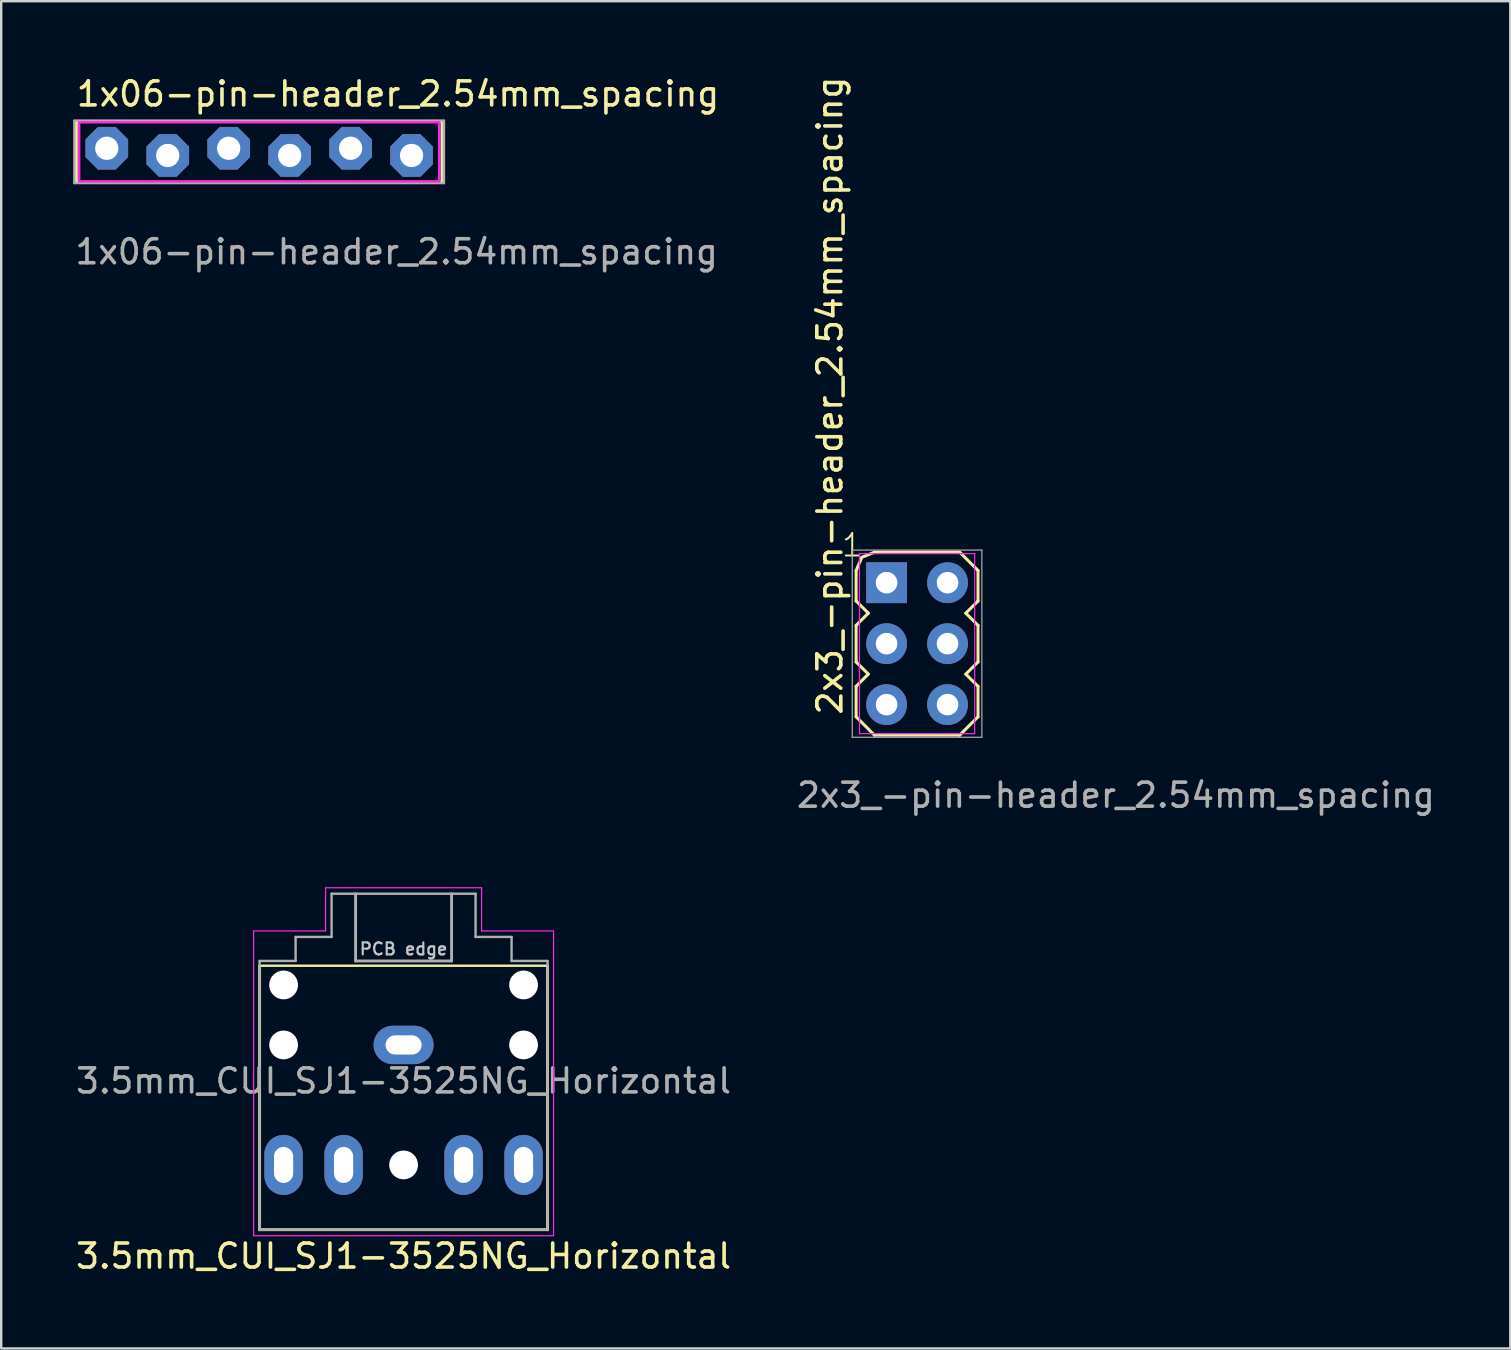
<source format=kicad_pcb>
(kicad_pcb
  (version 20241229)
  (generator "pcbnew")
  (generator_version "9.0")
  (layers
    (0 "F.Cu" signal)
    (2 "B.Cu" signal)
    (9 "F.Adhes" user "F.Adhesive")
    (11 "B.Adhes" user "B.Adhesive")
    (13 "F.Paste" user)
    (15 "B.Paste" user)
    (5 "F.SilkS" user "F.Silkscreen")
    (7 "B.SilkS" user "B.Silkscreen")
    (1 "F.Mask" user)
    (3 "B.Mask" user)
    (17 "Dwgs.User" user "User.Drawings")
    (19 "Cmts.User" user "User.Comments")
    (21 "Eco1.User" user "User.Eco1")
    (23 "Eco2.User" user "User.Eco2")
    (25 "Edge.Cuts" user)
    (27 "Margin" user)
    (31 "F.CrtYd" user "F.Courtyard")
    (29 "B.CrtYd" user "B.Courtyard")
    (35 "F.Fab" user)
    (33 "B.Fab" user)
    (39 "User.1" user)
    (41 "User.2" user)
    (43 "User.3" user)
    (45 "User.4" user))
  (footprint "1x06-pin-header_2.54mm_spacing"
    (layer "F.Cu")
    (at 7.75 3.279)
    (property "Reference" "1x06-pin-header_2.54mm_spacing" (at -7.696 -1.829 0) (unlocked yes) (layer "F.SilkS") (effects (font (size 1 1) (thickness 0.15)) (justify left bottom)))
    (fp_line (start -7.62 -1.27) (end 7.62 -1.27) (stroke (width 0.127) (type solid)) (layer "F.SilkS"))
    (fp_line (start -7.62 1.27) (end -7.62 -1.27) (stroke (width 0.127) (type solid)) (layer "F.SilkS"))
    (fp_line (start 7.62 -1.27) (end 7.62 1.27) (stroke (width 0.127) (type solid)) (layer "F.SilkS"))
    (fp_line (start 7.62 1.27) (end -7.62 1.27) (stroke (width 0.127) (type solid)) (layer "F.SilkS"))
    (fp_line (start -7.5 -1.23) (end 7.5 -1.23) (stroke (width 0.1) (type default)) (layer "F.CrtYd"))
    (fp_line (start -7.5 1.23) (end -7.5 -1.23) (stroke (width 0.1) (type solid)) (layer "F.CrtYd"))
    (fp_line (start -7.5 1.23) (end 7.5 1.23) (stroke (width 0.1) (type default)) (layer "F.CrtYd"))
    (fp_line (start 7.5 1.23) (end 7.5 -1.23) (stroke (width 0.1) (type solid)) (layer "F.CrtYd"))
    (fp_line (start -7.7 -1.3) (end -7.7 1.3) (stroke (width 0.1) (type default)) (layer "F.Fab"))
    (fp_line (start -7.7 -1.3) (end 7.7 -1.3) (stroke (width 0.1) (type default)) (layer "F.Fab"))
    (fp_line (start 7.7 -1.3) (end 7.7 1.3) (stroke (width 0.1) (type default)) (layer "F.Fab"))
    (fp_line (start 7.7 1.3) (end -7.7 1.3) (stroke (width 0.1) (type default)) (layer "F.Fab"))
    (fp_text user "${REFERENCE}" (at -7.75 4.75 0) (unlocked yes) (layer "F.Fab") (effects (font (size 1 1) (thickness 0.15)) (justify left bottom)))
    (pad "1" thru_hole roundrect (at -6.35 -0.15 90) (size 1.778 1.778) (drill 0.97) (layers "*.Cu" "*.Mask") (roundrect_rratio 0.25) (chamfer_ratio 0.293) (chamfer top_left top_right bottom_left bottom_right))
    (pad "2" thru_hole roundrect (at -3.81 0.15 90) (size 1.778 1.778) (drill 0.97) (layers "*.Cu" "*.Mask") (roundrect_rratio 0.25) (chamfer_ratio 0.293) (chamfer top_left top_right bottom_left bottom_right))
    (pad "3" thru_hole roundrect (at -1.27 -0.15 90) (size 1.778 1.778) (drill 0.97) (layers "*.Cu" "*.Mask") (roundrect_rratio 0.25) (chamfer_ratio 0.293) (chamfer top_left top_right bottom_left bottom_right))
    (pad "4" thru_hole roundrect (at 1.27 0.15 90) (size 1.778 1.778) (drill 0.97) (layers "*.Cu" "*.Mask") (roundrect_rratio 0.25) (chamfer_ratio 0.293) (chamfer top_left top_right bottom_left bottom_right))
    (pad "5" thru_hole roundrect (at 3.81 -0.15 90) (size 1.778 1.778) (drill 0.97) (layers "*.Cu" "*.Mask") (roundrect_rratio 0.25) (chamfer_ratio 0.293) (chamfer top_left top_right bottom_left bottom_right))
    (pad "6" thru_hole roundrect (at 6.35 0.15 90) (size 1.778 1.778) (drill 0.97) (layers "*.Cu" "*.Mask") (roundrect_rratio 0.25) (chamfer_ratio 0.293) (chamfer top_left top_right bottom_left bottom_right)))
  (footprint "3.5mm_CUI_SJ1-3525NG_Horizontal"
    (layer "F.Cu")
    (at 13.768 41.695)
    (property "Reference" "3.5mm_CUI_SJ1-3525NG_Horizontal" (at 0 7.6 180) (layer "F.SilkS") (effects (font (size 1 1) (thickness 0.15))))
    (attr through_hole exclude_from_pos_files exclude_from_bom)
    (fp_line (start -6 6.5) (end -6 -4.5) (stroke (width 0.12) (type solid)) (layer "F.SilkS"))
    (fp_line (start 6 -4.5) (end -6 -4.5) (stroke (width 0.1) (type default)) (layer "F.SilkS"))
    (fp_line (start 6 -4.5) (end 6 6.5) (stroke (width 0.12) (type solid)) (layer "F.SilkS"))
    (fp_line (start 6 6.5) (end -6 6.5) (stroke (width 0.12) (type solid)) (layer "F.SilkS"))
    (fp_line (start -6.25 -5.95) (end -6.25 -5.7) (stroke (width 0.05) (type solid)) (layer "F.CrtYd"))
    (fp_line (start -6.25 -5.7) (end -6.25 6.75) (stroke (width 0.05) (type solid)) (layer "F.CrtYd"))
    (fp_line (start -6.25 6.75) (end 6.25 6.75) (stroke (width 0.05) (type solid)) (layer "F.CrtYd"))
    (fp_line (start -3.25 -7.75) (end -3.25 -5.95) (stroke (width 0.05) (type solid)) (layer "F.CrtYd"))
    (fp_line (start -3.25 -5.95) (end -6.25 -5.95) (stroke (width 0.05) (type solid)) (layer "F.CrtYd"))
    (fp_line (start 3.25 -7.75) (end -3.25 -7.75) (stroke (width 0.05) (type solid)) (layer "F.CrtYd"))
    (fp_line (start 3.25 -5.95) (end 3.25 -7.75) (stroke (width 0.05) (type solid)) (layer "F.CrtYd"))
    (fp_line (start 6.25 -5.95) (end 3.25 -5.95) (stroke (width 0.05) (type solid)) (layer "F.CrtYd"))
    (fp_line (start 6.25 6.75) (end 6.25 -5.95) (stroke (width 0.05) (type solid)) (layer "F.CrtYd"))
    (fp_line (start -6 -4.7) (end -6 6.5) (stroke (width 0.1) (type solid)) (layer "F.Fab"))
    (fp_line (start -4.5 -5.7) (end -4.5 -4.7) (stroke (width 0.1) (type solid)) (layer "F.Fab"))
    (fp_line (start -4.5 -5.7) (end -3 -5.7) (stroke (width 0.1) (type solid)) (layer "F.Fab"))
    (fp_line (start -4.5 -4.7) (end -6 -4.7) (stroke (width 0.1) (type solid)) (layer "F.Fab"))
    (fp_line (start -3 -5.7) (end -3 -7.5) (stroke (width 0.1) (type solid)) (layer "F.Fab"))
    (fp_line (start -2 -7.5) (end -2 -4.7) (stroke (width 0.12) (type solid)) (layer "F.Fab"))
    (fp_line (start -2 -4.7) (end 2 -4.7) (stroke (width 0.12) (type solid)) (layer "F.Fab"))
    (fp_line (start 2 -4.7) (end 2 -7.5) (stroke (width 0.12) (type solid)) (layer "F.Fab"))
    (fp_line (start 3 -7.5) (end -3 -7.5) (stroke (width 0.1) (type solid)) (layer "F.Fab"))
    (fp_line (start 3 -5.7) (end 3 -7.5) (stroke (width 0.1) (type solid)) (layer "F.Fab"))
    (fp_line (start 4.5 -5.7) (end 3 -5.7) (stroke (width 0.1) (type solid)) (layer "F.Fab"))
    (fp_line (start 4.5 -5.7) (end 4.5 -4.7) (stroke (width 0.1) (type solid)) (layer "F.Fab"))
    (fp_line (start 4.5 -4.7) (end 6 -4.7) (stroke (width 0.1) (type solid)) (layer "F.Fab"))
    (fp_line (start 6 -4.7) (end 6 6.5) (stroke (width 0.1) (type solid)) (layer "F.Fab"))
    (fp_line (start 6 6.5) (end -6 6.5) (stroke (width 0.1) (type solid)) (layer "F.Fab"))
    (fp_text user "PCB edge" (at 0 -5.2 0) (unlocked yes) (layer "Dwgs.User") (effects (font (size 0.5 0.5) (thickness 0.09) (bold yes))))
    (fp_text user "${REFERENCE}" (at 0 0.3 180) (layer "F.Fab") (effects (font (size 1 1) (thickness 0.15))))
    (pad "" np_thru_hole circle (at -5 -3.7 180) (size 1.2 1.2) (drill 1.2) (layers "*.Cu" "*.Mask"))
    (pad "" np_thru_hole circle (at -5 -1.2 180) (size 1.2 1.2) (drill 1.2) (layers "*.Cu" "*.Mask"))
    (pad "" np_thru_hole circle (at 0 3.8 180) (size 1.2 1.2) (drill 1.2) (layers "*.Cu" "*.Mask"))
    (pad "" np_thru_hole circle (at 5 -3.7 180) (size 1.2 1.2) (drill 1.2) (layers "*.Cu" "*.Mask"))
    (pad "" np_thru_hole circle (at 5 -1.2 180) (size 1.2 1.2) (drill 1.2) (layers "*.Cu" "*.Mask"))
    (pad "1" thru_hole oval (at 0 -1.2 180) (size 2.5 1.6) (drill oval 1.5 0.8) (layers "*.Cu" "*.Mask"))
    (pad "2" thru_hole oval (at -5 3.8) (size 1.6 2.5) (drill oval 0.8 1.5) (layers "*.Cu" "*.Mask"))
    (pad "3" thru_hole oval (at 5 3.8 180) (size 1.6 2.5) (drill oval 0.8 1.5) (layers "*.Cu" "*.Mask"))
    (pad "4" thru_hole oval (at -2.5 3.8) (size 1.6 2.5) (drill oval 0.8 1.5) (layers "*.Cu" "*.Mask"))
    (pad "5" thru_hole oval (at 2.5 3.8 180) (size 1.6 2.5) (drill oval 0.8 1.5) (layers "*.Cu" "*.Mask")))
  (footprint "2x3_-pin-header_2.54mm_spacing"
    (layer "F.Cu")
    (at 35.166 23.773)
    (property "Reference" "2x3_-pin-header_2.54mm_spacing" (at -3.048 3.048 90) (unlocked yes) (layer "F.SilkS") (effects (font (size 1 1) (thickness 0.15)) (justify left bottom)))
    (fp_line (start -2.54 -3.048) (end -2.3 -3.6) (stroke (width 0.127) (type solid)) (layer "F.SilkS"))
    (fp_line (start -2.54 -1.778) (end -2.54 -3.048) (stroke (width 0.127) (type solid)) (layer "F.SilkS"))
    (fp_line (start -2.54 -0.762) (end -2.032 -1.27) (stroke (width 0.127) (type solid)) (layer "F.SilkS"))
    (fp_line (start -2.54 0.762) (end -2.54 -0.762) (stroke (width 0.127) (type solid)) (layer "F.SilkS"))
    (fp_line (start -2.54 1.778) (end -2.032 1.27) (stroke (width 0.127) (type solid)) (layer "F.SilkS"))
    (fp_line (start -2.54 3.048) (end -2.54 1.778) (stroke (width 0.127) (type solid)) (layer "F.SilkS"))
    (fp_line (start -2.3 -3.6) (end -1.778 -3.81) (stroke (width 0.127) (type solid)) (layer "F.SilkS"))
    (fp_line (start -2.032 -1.27) (end -2.54 -1.778) (stroke (width 0.127) (type solid)) (layer "F.SilkS"))
    (fp_line (start -2.032 1.27) (end -2.54 0.762) (stroke (width 0.127) (type solid)) (layer "F.SilkS"))
    (fp_line (start -1.778 -3.81) (end 1.778 -3.81) (stroke (width 0.127) (type solid)) (layer "F.SilkS"))
    (fp_line (start -1.778 3.81) (end -2.54 3.048) (stroke (width 0.127) (type solid)) (layer "F.SilkS"))
    (fp_line (start 1.778 -3.81) (end 2.54 -3.048) (stroke (width 0.127) (type solid)) (layer "F.SilkS"))
    (fp_line (start 1.778 3.81) (end -1.778 3.81) (stroke (width 0.127) (type solid)) (layer "F.SilkS"))
    (fp_line (start 2.032 -1.27) (end 2.54 -0.762) (stroke (width 0.127) (type solid)) (layer "F.SilkS"))
    (fp_line (start 2.032 1.27) (end 2.54 1.778) (stroke (width 0.127) (type solid)) (layer "F.SilkS"))
    (fp_line (start 2.54 -3.048) (end 2.54 -1.778) (stroke (width 0.127) (type solid)) (layer "F.SilkS"))
    (fp_line (start 2.54 -1.778) (end 2.032 -1.27) (stroke (width 0.127) (type solid)) (layer "F.SilkS"))
    (fp_line (start 2.54 -0.762) (end 2.54 0.762) (stroke (width 0.127) (type solid)) (layer "F.SilkS"))
    (fp_line (start 2.54 0.762) (end 2.032 1.27) (stroke (width 0.127) (type solid)) (layer "F.SilkS"))
    (fp_line (start 2.54 1.778) (end 2.54 3.048) (stroke (width 0.127) (type solid)) (layer "F.SilkS"))
    (fp_line (start 2.54 3.048) (end 1.778 3.81) (stroke (width 0.127) (type solid)) (layer "F.SilkS"))
    (fp_line (start -2.4 -3.75) (end 2.4 -3.75) (stroke (width 0.05) (type default)) (layer "F.CrtYd"))
    (fp_line (start -2.4 3.75) (end -2.4 -3.75) (stroke (width 0.05) (type default)) (layer "F.CrtYd"))
    (fp_line (start 2.4 -3.75) (end 2.4 3.75) (stroke (width 0.05) (type default)) (layer "F.CrtYd"))
    (fp_line (start 2.4 3.75) (end -2.4 3.75) (stroke (width 0.05) (type default)) (layer "F.CrtYd"))
    (fp_line (start -2.7 -3.9) (end -2.7 3.9) (stroke (width 0.05) (type default)) (layer "F.Fab"))
    (fp_line (start -2.7 -3.9) (end 2.7 -3.9) (stroke (width 0.05) (type default)) (layer "F.Fab"))
    (fp_line (start 2.7 -3.9) (end 2.7 3.9) (stroke (width 0.05) (type default)) (layer "F.Fab"))
    (fp_line (start 2.7 3.9) (end -2.7 3.9) (stroke (width 0.05) (type default)) (layer "F.Fab"))
    (fp_text user "1" (at -3.2 -3.556 0) (unlocked yes) (layer "F.SilkS") (effects (font (size 0.935 0.935) (thickness 0.081)) (justify left bottom)))
    (fp_text user "${REFERENCE}" (at -5.1 6.9 0) (unlocked yes) (layer "F.Fab") (effects (font (size 1 1) (thickness 0.15)) (justify left bottom)))
    (pad "1" thru_hole rect (at -1.27 -2.54) (size 1.7 1.7) (drill 0.9) (layers "*.Cu" "*.Mask"))
    (pad "2" thru_hole circle (at 1.27 -2.54) (size 1.7 1.7) (drill 0.9) (layers "*.Cu" "*.Mask"))
    (pad "3" thru_hole circle (at -1.27 0) (size 1.7 1.7) (drill 0.9) (layers "*.Cu" "*.Mask"))
    (pad "4" thru_hole circle (at 1.27 0) (size 1.7 1.7) (drill 0.9) (layers "*.Cu" "*.Mask"))
    (pad "5" thru_hole circle (at -1.27 2.54) (size 1.7 1.7) (drill 0.9) (layers "*.Cu" "*.Mask"))
    (pad "6" thru_hole circle (at 1.27 2.54) (size 1.7 1.7) (drill 0.9) (layers "*.Cu" "*.Mask")))
  (gr_rect
    (start -3 -3)
    (end 59.887 53.143)
    (stroke (width 0.1) (type default))
    (fill no)
    (layer "Edge.Cuts")))
</source>
